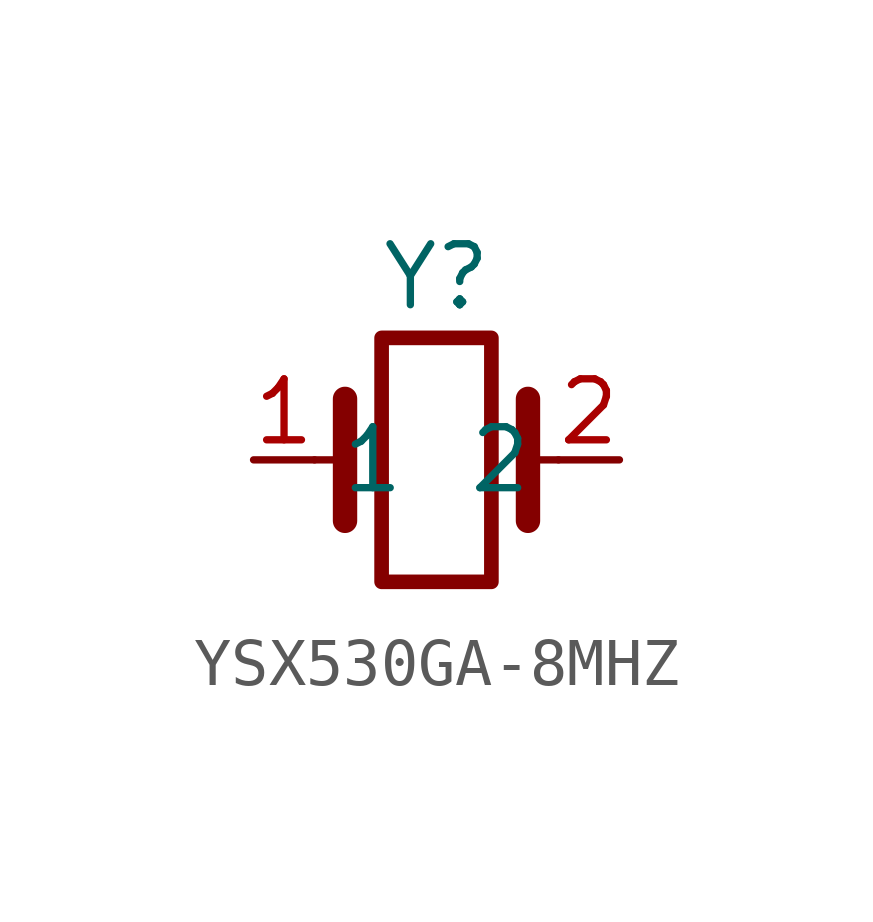
<source format=kicad_sym>
(kicad_symbol_lib
  (version 20220914)
  (generator kicad_symbol_editor)
  (symbol "YSX530GA-8MHZ"
    (property "Reference" "Y"
      (at 0 3.81 0)
      (effects (font (size 1.27 1.27))))
    (property "Value" ""
      (at 0 0 0)
      (effects (font (size 1.27 1.27))))
    (symbol "YSX530GA-8MHZ_0_1"
      (rectangle (start -1.143 2.54) (end 1.143 -2.54) (stroke (width 0.305) (type default)) (fill (type none)))
      (polyline (pts (xy -2.54 0) (xy -1.905 0)) (stroke (width 0) (type default)) (fill (type none)))
      (polyline (pts (xy -1.905 -1.27) (xy -1.905 1.27)) (stroke (width 0.508) (type default)) (fill (type none)))
      (polyline (pts (xy 1.905 -1.27) (xy 1.905 1.27)) (stroke (width 0.508) (type default)) (fill (type none)))
      (polyline (pts (xy 2.54 0) (xy 1.905 0)) (stroke (width 0) (type default)) (fill (type none))))
    (symbol "YSX530GA-8MHZ_1_1"
      (text "~" (at 0 0 0) (effects (font (size 1.27 1.27))))
      (pin passive line (at -3.81 0 0) (length 1.27) (name "1" (effects (font (size 1.27 1.27)))) (number "1" (effects (font (size 1.27 1.27)))))
      (pin passive line (at 3.81 0 180) (length 1.27) (name "2" (effects (font (size 1.27 1.27)))) (number "2" (effects (font (size 1.27 1.27))))))))
</source>
